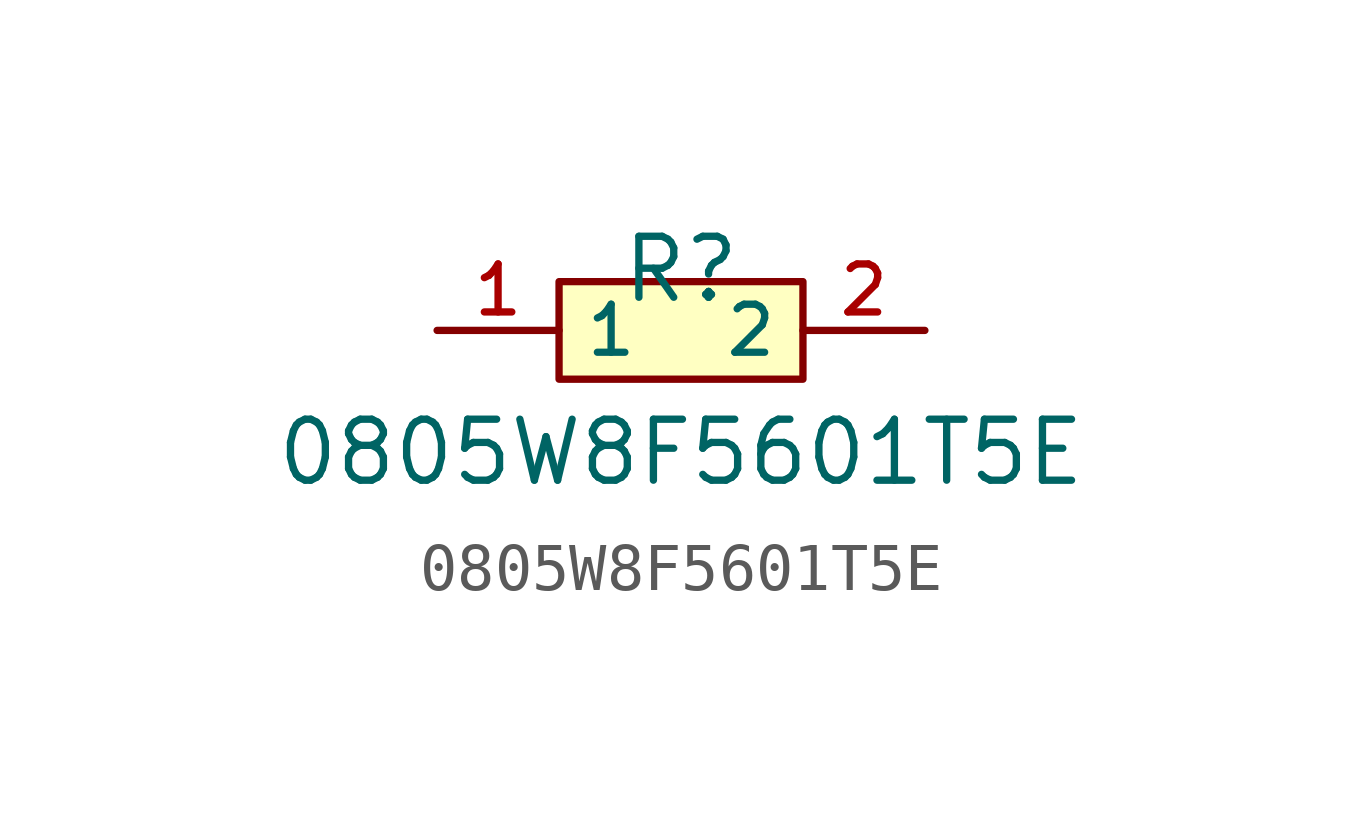
<source format=kicad_sym>
(kicad_symbol_lib
  (version 20210201)
  (generator TousstNicolas/JLC2KiCad_lib)
  (symbol "0805W8F5601T5E"
    (property "Reference" "R"
      (at 0 1.27 0)
      (effects (font (size 1.27 1.27))))
    (property "Value" "0805W8F5601T5E"
      (at 0 -2.54 0)
      (effects (font (size 1.27 1.27))))
    (symbol "0805W8F5601T5E_0_1"
      (pin input line (at 5.08 -0.0 180) (length 2.54) (name "2" (effects (font (size 1 1)))) (number "2" (effects (font (size 1 1)))))
      (pin input line (at -5.08 -0.0 0) (length 2.54) (name "1" (effects (font (size 1 1)))) (number "1" (effects (font (size 1 1)))))
      (rectangle (start -2.54 1.016) (end 2.54 -1.016) (stroke (width 0) (type default) (color 0 0 0 0)) (fill (type background))))))
</source>
